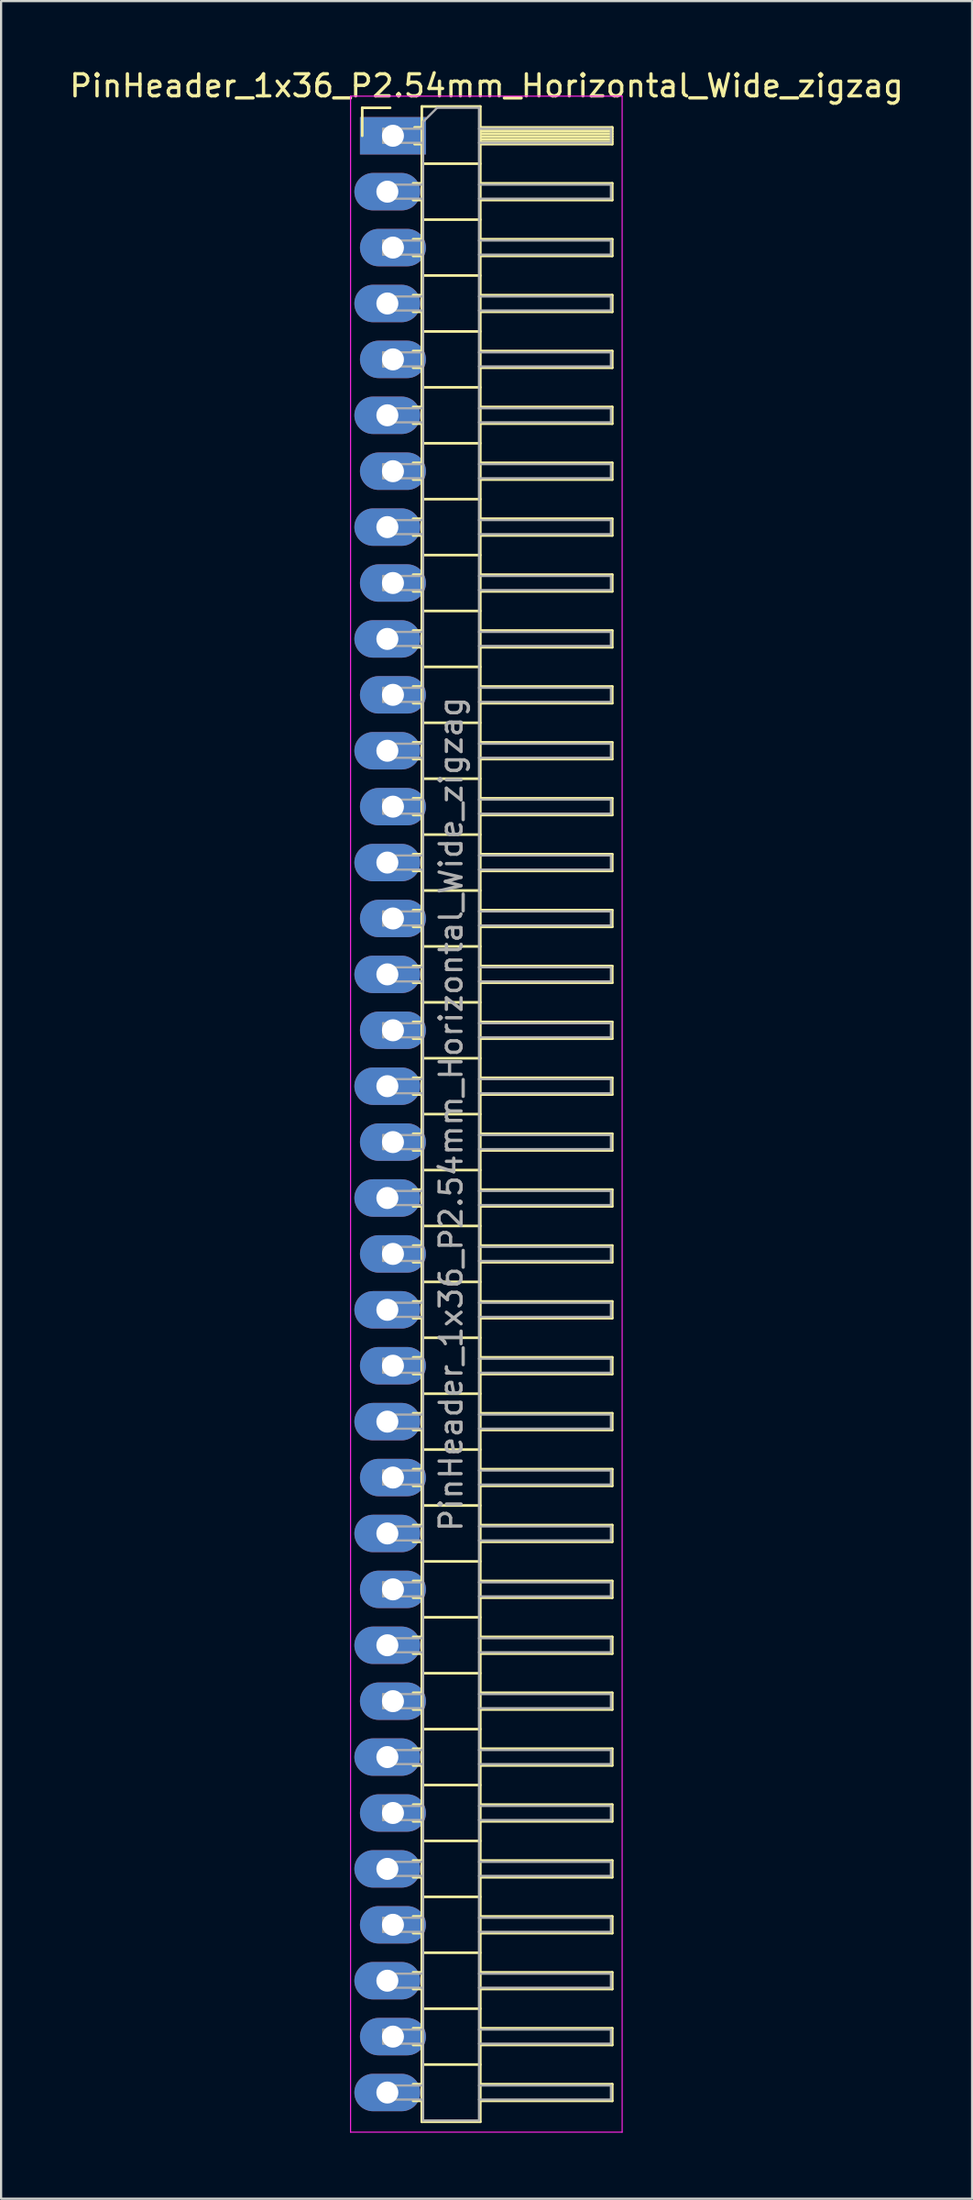
<source format=kicad_pcb>
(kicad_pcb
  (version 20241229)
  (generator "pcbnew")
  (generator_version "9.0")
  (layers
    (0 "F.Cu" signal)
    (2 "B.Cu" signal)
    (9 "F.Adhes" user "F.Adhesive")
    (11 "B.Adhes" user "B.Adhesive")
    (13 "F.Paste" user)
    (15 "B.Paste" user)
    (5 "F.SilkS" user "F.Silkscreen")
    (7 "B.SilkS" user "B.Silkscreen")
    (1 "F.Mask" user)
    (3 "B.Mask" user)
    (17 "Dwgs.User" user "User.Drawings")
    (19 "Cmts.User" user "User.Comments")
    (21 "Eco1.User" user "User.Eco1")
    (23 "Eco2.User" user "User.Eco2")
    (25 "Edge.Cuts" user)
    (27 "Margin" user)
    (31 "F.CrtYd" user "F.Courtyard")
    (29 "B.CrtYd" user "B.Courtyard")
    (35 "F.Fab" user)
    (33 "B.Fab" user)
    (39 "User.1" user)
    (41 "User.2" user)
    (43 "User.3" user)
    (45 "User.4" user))
  (footprint "PinHeader_1x36_P2.54mm_Horizontal_Wide_zigzag"
    (layer "F.Cu")
    (at 14.692 3.118)
    (property "Reference" "PinHeader_1x36_P2.54mm_Horizontal_Wide_zigzag" (at 4.385 -2.27 0) (layer "F.SilkS") (effects (font (size 1 1) (thickness 0.15))))
    (attr through_hole)
    (fp_line (start -1.27 -1.27) (end 0 -1.27) (stroke (width 0.12) (type solid)) (layer "F.SilkS"))
    (fp_line (start -1.27 0) (end -1.27 -1.27) (stroke (width 0.12) (type solid)) (layer "F.SilkS"))
    (fp_line (start 1.043 2.16) (end 1.44 2.16) (stroke (width 0.12) (type solid)) (layer "F.SilkS"))
    (fp_line (start 1.043 2.92) (end 1.44 2.92) (stroke (width 0.12) (type solid)) (layer "F.SilkS"))
    (fp_line (start 1.043 4.7) (end 1.44 4.7) (stroke (width 0.12) (type solid)) (layer "F.SilkS"))
    (fp_line (start 1.043 5.46) (end 1.44 5.46) (stroke (width 0.12) (type solid)) (layer "F.SilkS"))
    (fp_line (start 1.043 7.24) (end 1.44 7.24) (stroke (width 0.12) (type solid)) (layer "F.SilkS"))
    (fp_line (start 1.043 8) (end 1.44 8) (stroke (width 0.12) (type solid)) (layer "F.SilkS"))
    (fp_line (start 1.043 9.78) (end 1.44 9.78) (stroke (width 0.12) (type solid)) (layer "F.SilkS"))
    (fp_line (start 1.043 10.54) (end 1.44 10.54) (stroke (width 0.12) (type solid)) (layer "F.SilkS"))
    (fp_line (start 1.043 12.32) (end 1.44 12.32) (stroke (width 0.12) (type solid)) (layer "F.SilkS"))
    (fp_line (start 1.043 13.08) (end 1.44 13.08) (stroke (width 0.12) (type solid)) (layer "F.SilkS"))
    (fp_line (start 1.043 14.86) (end 1.44 14.86) (stroke (width 0.12) (type solid)) (layer "F.SilkS"))
    (fp_line (start 1.043 15.62) (end 1.44 15.62) (stroke (width 0.12) (type solid)) (layer "F.SilkS"))
    (fp_line (start 1.043 17.4) (end 1.44 17.4) (stroke (width 0.12) (type solid)) (layer "F.SilkS"))
    (fp_line (start 1.043 18.16) (end 1.44 18.16) (stroke (width 0.12) (type solid)) (layer "F.SilkS"))
    (fp_line (start 1.043 19.94) (end 1.44 19.94) (stroke (width 0.12) (type solid)) (layer "F.SilkS"))
    (fp_line (start 1.043 20.7) (end 1.44 20.7) (stroke (width 0.12) (type solid)) (layer "F.SilkS"))
    (fp_line (start 1.043 22.48) (end 1.44 22.48) (stroke (width 0.12) (type solid)) (layer "F.SilkS"))
    (fp_line (start 1.043 23.24) (end 1.44 23.24) (stroke (width 0.12) (type solid)) (layer "F.SilkS"))
    (fp_line (start 1.043 25.02) (end 1.44 25.02) (stroke (width 0.12) (type solid)) (layer "F.SilkS"))
    (fp_line (start 1.043 25.78) (end 1.44 25.78) (stroke (width 0.12) (type solid)) (layer "F.SilkS"))
    (fp_line (start 1.043 27.56) (end 1.44 27.56) (stroke (width 0.12) (type solid)) (layer "F.SilkS"))
    (fp_line (start 1.043 28.32) (end 1.44 28.32) (stroke (width 0.12) (type solid)) (layer "F.SilkS"))
    (fp_line (start 1.043 30.1) (end 1.44 30.1) (stroke (width 0.12) (type solid)) (layer "F.SilkS"))
    (fp_line (start 1.043 30.86) (end 1.44 30.86) (stroke (width 0.12) (type solid)) (layer "F.SilkS"))
    (fp_line (start 1.043 32.64) (end 1.44 32.64) (stroke (width 0.12) (type solid)) (layer "F.SilkS"))
    (fp_line (start 1.043 33.4) (end 1.44 33.4) (stroke (width 0.12) (type solid)) (layer "F.SilkS"))
    (fp_line (start 1.043 35.18) (end 1.44 35.18) (stroke (width 0.12) (type solid)) (layer "F.SilkS"))
    (fp_line (start 1.043 35.94) (end 1.44 35.94) (stroke (width 0.12) (type solid)) (layer "F.SilkS"))
    (fp_line (start 1.043 37.72) (end 1.44 37.72) (stroke (width 0.12) (type solid)) (layer "F.SilkS"))
    (fp_line (start 1.043 38.48) (end 1.44 38.48) (stroke (width 0.12) (type solid)) (layer "F.SilkS"))
    (fp_line (start 1.043 40.26) (end 1.44 40.26) (stroke (width 0.12) (type solid)) (layer "F.SilkS"))
    (fp_line (start 1.043 41.02) (end 1.44 41.02) (stroke (width 0.12) (type solid)) (layer "F.SilkS"))
    (fp_line (start 1.043 42.8) (end 1.44 42.8) (stroke (width 0.12) (type solid)) (layer "F.SilkS"))
    (fp_line (start 1.043 43.56) (end 1.44 43.56) (stroke (width 0.12) (type solid)) (layer "F.SilkS"))
    (fp_line (start 1.043 45.34) (end 1.44 45.34) (stroke (width 0.12) (type solid)) (layer "F.SilkS"))
    (fp_line (start 1.043 46.1) (end 1.44 46.1) (stroke (width 0.12) (type solid)) (layer "F.SilkS"))
    (fp_line (start 1.043 47.88) (end 1.44 47.88) (stroke (width 0.12) (type solid)) (layer "F.SilkS"))
    (fp_line (start 1.043 48.64) (end 1.44 48.64) (stroke (width 0.12) (type solid)) (layer "F.SilkS"))
    (fp_line (start 1.043 50.42) (end 1.44 50.42) (stroke (width 0.12) (type solid)) (layer "F.SilkS"))
    (fp_line (start 1.043 51.18) (end 1.44 51.18) (stroke (width 0.12) (type solid)) (layer "F.SilkS"))
    (fp_line (start 1.043 52.96) (end 1.44 52.96) (stroke (width 0.12) (type solid)) (layer "F.SilkS"))
    (fp_line (start 1.043 53.72) (end 1.44 53.72) (stroke (width 0.12) (type solid)) (layer "F.SilkS"))
    (fp_line (start 1.043 55.5) (end 1.44 55.5) (stroke (width 0.12) (type solid)) (layer "F.SilkS"))
    (fp_line (start 1.043 56.26) (end 1.44 56.26) (stroke (width 0.12) (type solid)) (layer "F.SilkS"))
    (fp_line (start 1.043 58.04) (end 1.44 58.04) (stroke (width 0.12) (type solid)) (layer "F.SilkS"))
    (fp_line (start 1.043 58.8) (end 1.44 58.8) (stroke (width 0.12) (type solid)) (layer "F.SilkS"))
    (fp_line (start 1.043 60.58) (end 1.44 60.58) (stroke (width 0.12) (type solid)) (layer "F.SilkS"))
    (fp_line (start 1.043 61.34) (end 1.44 61.34) (stroke (width 0.12) (type solid)) (layer "F.SilkS"))
    (fp_line (start 1.043 63.12) (end 1.44 63.12) (stroke (width 0.12) (type solid)) (layer "F.SilkS"))
    (fp_line (start 1.043 63.88) (end 1.44 63.88) (stroke (width 0.12) (type solid)) (layer "F.SilkS"))
    (fp_line (start 1.043 65.66) (end 1.44 65.66) (stroke (width 0.12) (type solid)) (layer "F.SilkS"))
    (fp_line (start 1.043 66.42) (end 1.44 66.42) (stroke (width 0.12) (type solid)) (layer "F.SilkS"))
    (fp_line (start 1.043 68.2) (end 1.44 68.2) (stroke (width 0.12) (type solid)) (layer "F.SilkS"))
    (fp_line (start 1.043 68.96) (end 1.44 68.96) (stroke (width 0.12) (type solid)) (layer "F.SilkS"))
    (fp_line (start 1.043 70.74) (end 1.44 70.74) (stroke (width 0.12) (type solid)) (layer "F.SilkS"))
    (fp_line (start 1.043 71.5) (end 1.44 71.5) (stroke (width 0.12) (type solid)) (layer "F.SilkS"))
    (fp_line (start 1.043 73.28) (end 1.44 73.28) (stroke (width 0.12) (type solid)) (layer "F.SilkS"))
    (fp_line (start 1.043 74.04) (end 1.44 74.04) (stroke (width 0.12) (type solid)) (layer "F.SilkS"))
    (fp_line (start 1.043 75.82) (end 1.44 75.82) (stroke (width 0.12) (type solid)) (layer "F.SilkS"))
    (fp_line (start 1.043 76.58) (end 1.44 76.58) (stroke (width 0.12) (type solid)) (layer "F.SilkS"))
    (fp_line (start 1.043 78.36) (end 1.44 78.36) (stroke (width 0.12) (type solid)) (layer "F.SilkS"))
    (fp_line (start 1.043 79.12) (end 1.44 79.12) (stroke (width 0.12) (type solid)) (layer "F.SilkS"))
    (fp_line (start 1.043 80.9) (end 1.44 80.9) (stroke (width 0.12) (type solid)) (layer "F.SilkS"))
    (fp_line (start 1.043 81.66) (end 1.44 81.66) (stroke (width 0.12) (type solid)) (layer "F.SilkS"))
    (fp_line (start 1.043 83.44) (end 1.44 83.44) (stroke (width 0.12) (type solid)) (layer "F.SilkS"))
    (fp_line (start 1.043 84.2) (end 1.44 84.2) (stroke (width 0.12) (type solid)) (layer "F.SilkS"))
    (fp_line (start 1.043 85.98) (end 1.44 85.98) (stroke (width 0.12) (type solid)) (layer "F.SilkS"))
    (fp_line (start 1.043 86.74) (end 1.44 86.74) (stroke (width 0.12) (type solid)) (layer "F.SilkS"))
    (fp_line (start 1.043 88.52) (end 1.44 88.52) (stroke (width 0.12) (type solid)) (layer "F.SilkS"))
    (fp_line (start 1.043 89.28) (end 1.44 89.28) (stroke (width 0.12) (type solid)) (layer "F.SilkS"))
    (fp_line (start 1.11 -0.38) (end 1.44 -0.38) (stroke (width 0.12) (type solid)) (layer "F.SilkS"))
    (fp_line (start 1.11 0.38) (end 1.44 0.38) (stroke (width 0.12) (type solid)) (layer "F.SilkS"))
    (fp_line (start 1.44 -1.33) (end 1.44 90.23) (stroke (width 0.12) (type solid)) (layer "F.SilkS"))
    (fp_line (start 1.44 1.27) (end 4.1 1.27) (stroke (width 0.12) (type solid)) (layer "F.SilkS"))
    (fp_line (start 1.44 3.81) (end 4.1 3.81) (stroke (width 0.12) (type solid)) (layer "F.SilkS"))
    (fp_line (start 1.44 6.35) (end 4.1 6.35) (stroke (width 0.12) (type solid)) (layer "F.SilkS"))
    (fp_line (start 1.44 8.89) (end 4.1 8.89) (stroke (width 0.12) (type solid)) (layer "F.SilkS"))
    (fp_line (start 1.44 11.43) (end 4.1 11.43) (stroke (width 0.12) (type solid)) (layer "F.SilkS"))
    (fp_line (start 1.44 13.97) (end 4.1 13.97) (stroke (width 0.12) (type solid)) (layer "F.SilkS"))
    (fp_line (start 1.44 16.51) (end 4.1 16.51) (stroke (width 0.12) (type solid)) (layer "F.SilkS"))
    (fp_line (start 1.44 19.05) (end 4.1 19.05) (stroke (width 0.12) (type solid)) (layer "F.SilkS"))
    (fp_line (start 1.44 21.59) (end 4.1 21.59) (stroke (width 0.12) (type solid)) (layer "F.SilkS"))
    (fp_line (start 1.44 24.13) (end 4.1 24.13) (stroke (width 0.12) (type solid)) (layer "F.SilkS"))
    (fp_line (start 1.44 26.67) (end 4.1 26.67) (stroke (width 0.12) (type solid)) (layer "F.SilkS"))
    (fp_line (start 1.44 29.21) (end 4.1 29.21) (stroke (width 0.12) (type solid)) (layer "F.SilkS"))
    (fp_line (start 1.44 31.75) (end 4.1 31.75) (stroke (width 0.12) (type solid)) (layer "F.SilkS"))
    (fp_line (start 1.44 34.29) (end 4.1 34.29) (stroke (width 0.12) (type solid)) (layer "F.SilkS"))
    (fp_line (start 1.44 36.83) (end 4.1 36.83) (stroke (width 0.12) (type solid)) (layer "F.SilkS"))
    (fp_line (start 1.44 39.37) (end 4.1 39.37) (stroke (width 0.12) (type solid)) (layer "F.SilkS"))
    (fp_line (start 1.44 41.91) (end 4.1 41.91) (stroke (width 0.12) (type solid)) (layer "F.SilkS"))
    (fp_line (start 1.44 44.45) (end 4.1 44.45) (stroke (width 0.12) (type solid)) (layer "F.SilkS"))
    (fp_line (start 1.44 46.99) (end 4.1 46.99) (stroke (width 0.12) (type solid)) (layer "F.SilkS"))
    (fp_line (start 1.44 49.53) (end 4.1 49.53) (stroke (width 0.12) (type solid)) (layer "F.SilkS"))
    (fp_line (start 1.44 52.07) (end 4.1 52.07) (stroke (width 0.12) (type solid)) (layer "F.SilkS"))
    (fp_line (start 1.44 54.61) (end 4.1 54.61) (stroke (width 0.12) (type solid)) (layer "F.SilkS"))
    (fp_line (start 1.44 57.15) (end 4.1 57.15) (stroke (width 0.12) (type solid)) (layer "F.SilkS"))
    (fp_line (start 1.44 59.69) (end 4.1 59.69) (stroke (width 0.12) (type solid)) (layer "F.SilkS"))
    (fp_line (start 1.44 62.23) (end 4.1 62.23) (stroke (width 0.12) (type solid)) (layer "F.SilkS"))
    (fp_line (start 1.44 64.77) (end 4.1 64.77) (stroke (width 0.12) (type solid)) (layer "F.SilkS"))
    (fp_line (start 1.44 67.31) (end 4.1 67.31) (stroke (width 0.12) (type solid)) (layer "F.SilkS"))
    (fp_line (start 1.44 69.85) (end 4.1 69.85) (stroke (width 0.12) (type solid)) (layer "F.SilkS"))
    (fp_line (start 1.44 72.39) (end 4.1 72.39) (stroke (width 0.12) (type solid)) (layer "F.SilkS"))
    (fp_line (start 1.44 74.93) (end 4.1 74.93) (stroke (width 0.12) (type solid)) (layer "F.SilkS"))
    (fp_line (start 1.44 77.47) (end 4.1 77.47) (stroke (width 0.12) (type solid)) (layer "F.SilkS"))
    (fp_line (start 1.44 80.01) (end 4.1 80.01) (stroke (width 0.12) (type solid)) (layer "F.SilkS"))
    (fp_line (start 1.44 82.55) (end 4.1 82.55) (stroke (width 0.12) (type solid)) (layer "F.SilkS"))
    (fp_line (start 1.44 85.09) (end 4.1 85.09) (stroke (width 0.12) (type solid)) (layer "F.SilkS"))
    (fp_line (start 1.44 87.63) (end 4.1 87.63) (stroke (width 0.12) (type solid)) (layer "F.SilkS"))
    (fp_line (start 1.44 90.23) (end 4.1 90.23) (stroke (width 0.12) (type solid)) (layer "F.SilkS"))
    (fp_line (start 4.1 -1.33) (end 1.44 -1.33) (stroke (width 0.12) (type solid)) (layer "F.SilkS"))
    (fp_line (start 4.1 -0.38) (end 10.1 -0.38) (stroke (width 0.12) (type solid)) (layer "F.SilkS"))
    (fp_line (start 4.1 -0.32) (end 10.1 -0.32) (stroke (width 0.12) (type solid)) (layer "F.SilkS"))
    (fp_line (start 4.1 -0.2) (end 10.1 -0.2) (stroke (width 0.12) (type solid)) (layer "F.SilkS"))
    (fp_line (start 4.1 -0.08) (end 10.1 -0.08) (stroke (width 0.12) (type solid)) (layer "F.SilkS"))
    (fp_line (start 4.1 0.04) (end 10.1 0.04) (stroke (width 0.12) (type solid)) (layer "F.SilkS"))
    (fp_line (start 4.1 0.16) (end 10.1 0.16) (stroke (width 0.12) (type solid)) (layer "F.SilkS"))
    (fp_line (start 4.1 0.28) (end 10.1 0.28) (stroke (width 0.12) (type solid)) (layer "F.SilkS"))
    (fp_line (start 4.1 2.16) (end 10.1 2.16) (stroke (width 0.12) (type solid)) (layer "F.SilkS"))
    (fp_line (start 4.1 4.7) (end 10.1 4.7) (stroke (width 0.12) (type solid)) (layer "F.SilkS"))
    (fp_line (start 4.1 7.24) (end 10.1 7.24) (stroke (width 0.12) (type solid)) (layer "F.SilkS"))
    (fp_line (start 4.1 9.78) (end 10.1 9.78) (stroke (width 0.12) (type solid)) (layer "F.SilkS"))
    (fp_line (start 4.1 12.32) (end 10.1 12.32) (stroke (width 0.12) (type solid)) (layer "F.SilkS"))
    (fp_line (start 4.1 14.86) (end 10.1 14.86) (stroke (width 0.12) (type solid)) (layer "F.SilkS"))
    (fp_line (start 4.1 17.4) (end 10.1 17.4) (stroke (width 0.12) (type solid)) (layer "F.SilkS"))
    (fp_line (start 4.1 19.94) (end 10.1 19.94) (stroke (width 0.12) (type solid)) (layer "F.SilkS"))
    (fp_line (start 4.1 22.48) (end 10.1 22.48) (stroke (width 0.12) (type solid)) (layer "F.SilkS"))
    (fp_line (start 4.1 25.02) (end 10.1 25.02) (stroke (width 0.12) (type solid)) (layer "F.SilkS"))
    (fp_line (start 4.1 27.56) (end 10.1 27.56) (stroke (width 0.12) (type solid)) (layer "F.SilkS"))
    (fp_line (start 4.1 30.1) (end 10.1 30.1) (stroke (width 0.12) (type solid)) (layer "F.SilkS"))
    (fp_line (start 4.1 32.64) (end 10.1 32.64) (stroke (width 0.12) (type solid)) (layer "F.SilkS"))
    (fp_line (start 4.1 35.18) (end 10.1 35.18) (stroke (width 0.12) (type solid)) (layer "F.SilkS"))
    (fp_line (start 4.1 37.72) (end 10.1 37.72) (stroke (width 0.12) (type solid)) (layer "F.SilkS"))
    (fp_line (start 4.1 40.26) (end 10.1 40.26) (stroke (width 0.12) (type solid)) (layer "F.SilkS"))
    (fp_line (start 4.1 42.8) (end 10.1 42.8) (stroke (width 0.12) (type solid)) (layer "F.SilkS"))
    (fp_line (start 4.1 45.34) (end 10.1 45.34) (stroke (width 0.12) (type solid)) (layer "F.SilkS"))
    (fp_line (start 4.1 47.88) (end 10.1 47.88) (stroke (width 0.12) (type solid)) (layer "F.SilkS"))
    (fp_line (start 4.1 50.42) (end 10.1 50.42) (stroke (width 0.12) (type solid)) (layer "F.SilkS"))
    (fp_line (start 4.1 52.96) (end 10.1 52.96) (stroke (width 0.12) (type solid)) (layer "F.SilkS"))
    (fp_line (start 4.1 55.5) (end 10.1 55.5) (stroke (width 0.12) (type solid)) (layer "F.SilkS"))
    (fp_line (start 4.1 58.04) (end 10.1 58.04) (stroke (width 0.12) (type solid)) (layer "F.SilkS"))
    (fp_line (start 4.1 60.58) (end 10.1 60.58) (stroke (width 0.12) (type solid)) (layer "F.SilkS"))
    (fp_line (start 4.1 63.12) (end 10.1 63.12) (stroke (width 0.12) (type solid)) (layer "F.SilkS"))
    (fp_line (start 4.1 65.66) (end 10.1 65.66) (stroke (width 0.12) (type solid)) (layer "F.SilkS"))
    (fp_line (start 4.1 68.2) (end 10.1 68.2) (stroke (width 0.12) (type solid)) (layer "F.SilkS"))
    (fp_line (start 4.1 70.74) (end 10.1 70.74) (stroke (width 0.12) (type solid)) (layer "F.SilkS"))
    (fp_line (start 4.1 73.28) (end 10.1 73.28) (stroke (width 0.12) (type solid)) (layer "F.SilkS"))
    (fp_line (start 4.1 75.82) (end 10.1 75.82) (stroke (width 0.12) (type solid)) (layer "F.SilkS"))
    (fp_line (start 4.1 78.36) (end 10.1 78.36) (stroke (width 0.12) (type solid)) (layer "F.SilkS"))
    (fp_line (start 4.1 80.9) (end 10.1 80.9) (stroke (width 0.12) (type solid)) (layer "F.SilkS"))
    (fp_line (start 4.1 83.44) (end 10.1 83.44) (stroke (width 0.12) (type solid)) (layer "F.SilkS"))
    (fp_line (start 4.1 85.98) (end 10.1 85.98) (stroke (width 0.12) (type solid)) (layer "F.SilkS"))
    (fp_line (start 4.1 88.52) (end 10.1 88.52) (stroke (width 0.12) (type solid)) (layer "F.SilkS"))
    (fp_line (start 4.1 90.23) (end 4.1 -1.33) (stroke (width 0.12) (type solid)) (layer "F.SilkS"))
    (fp_line (start 10.1 -0.38) (end 10.1 0.38) (stroke (width 0.12) (type solid)) (layer "F.SilkS"))
    (fp_line (start 10.1 0.38) (end 4.1 0.38) (stroke (width 0.12) (type solid)) (layer "F.SilkS"))
    (fp_line (start 10.1 2.16) (end 10.1 2.92) (stroke (width 0.12) (type solid)) (layer "F.SilkS"))
    (fp_line (start 10.1 2.92) (end 4.1 2.92) (stroke (width 0.12) (type solid)) (layer "F.SilkS"))
    (fp_line (start 10.1 4.7) (end 10.1 5.46) (stroke (width 0.12) (type solid)) (layer "F.SilkS"))
    (fp_line (start 10.1 5.46) (end 4.1 5.46) (stroke (width 0.12) (type solid)) (layer "F.SilkS"))
    (fp_line (start 10.1 7.24) (end 10.1 8) (stroke (width 0.12) (type solid)) (layer "F.SilkS"))
    (fp_line (start 10.1 8) (end 4.1 8) (stroke (width 0.12) (type solid)) (layer "F.SilkS"))
    (fp_line (start 10.1 9.78) (end 10.1 10.54) (stroke (width 0.12) (type solid)) (layer "F.SilkS"))
    (fp_line (start 10.1 10.54) (end 4.1 10.54) (stroke (width 0.12) (type solid)) (layer "F.SilkS"))
    (fp_line (start 10.1 12.32) (end 10.1 13.08) (stroke (width 0.12) (type solid)) (layer "F.SilkS"))
    (fp_line (start 10.1 13.08) (end 4.1 13.08) (stroke (width 0.12) (type solid)) (layer "F.SilkS"))
    (fp_line (start 10.1 14.86) (end 10.1 15.62) (stroke (width 0.12) (type solid)) (layer "F.SilkS"))
    (fp_line (start 10.1 15.62) (end 4.1 15.62) (stroke (width 0.12) (type solid)) (layer "F.SilkS"))
    (fp_line (start 10.1 17.4) (end 10.1 18.16) (stroke (width 0.12) (type solid)) (layer "F.SilkS"))
    (fp_line (start 10.1 18.16) (end 4.1 18.16) (stroke (width 0.12) (type solid)) (layer "F.SilkS"))
    (fp_line (start 10.1 19.94) (end 10.1 20.7) (stroke (width 0.12) (type solid)) (layer "F.SilkS"))
    (fp_line (start 10.1 20.7) (end 4.1 20.7) (stroke (width 0.12) (type solid)) (layer "F.SilkS"))
    (fp_line (start 10.1 22.48) (end 10.1 23.24) (stroke (width 0.12) (type solid)) (layer "F.SilkS"))
    (fp_line (start 10.1 23.24) (end 4.1 23.24) (stroke (width 0.12) (type solid)) (layer "F.SilkS"))
    (fp_line (start 10.1 25.02) (end 10.1 25.78) (stroke (width 0.12) (type solid)) (layer "F.SilkS"))
    (fp_line (start 10.1 25.78) (end 4.1 25.78) (stroke (width 0.12) (type solid)) (layer "F.SilkS"))
    (fp_line (start 10.1 27.56) (end 10.1 28.32) (stroke (width 0.12) (type solid)) (layer "F.SilkS"))
    (fp_line (start 10.1 28.32) (end 4.1 28.32) (stroke (width 0.12) (type solid)) (layer "F.SilkS"))
    (fp_line (start 10.1 30.1) (end 10.1 30.86) (stroke (width 0.12) (type solid)) (layer "F.SilkS"))
    (fp_line (start 10.1 30.86) (end 4.1 30.86) (stroke (width 0.12) (type solid)) (layer "F.SilkS"))
    (fp_line (start 10.1 32.64) (end 10.1 33.4) (stroke (width 0.12) (type solid)) (layer "F.SilkS"))
    (fp_line (start 10.1 33.4) (end 4.1 33.4) (stroke (width 0.12) (type solid)) (layer "F.SilkS"))
    (fp_line (start 10.1 35.18) (end 10.1 35.94) (stroke (width 0.12) (type solid)) (layer "F.SilkS"))
    (fp_line (start 10.1 35.94) (end 4.1 35.94) (stroke (width 0.12) (type solid)) (layer "F.SilkS"))
    (fp_line (start 10.1 37.72) (end 10.1 38.48) (stroke (width 0.12) (type solid)) (layer "F.SilkS"))
    (fp_line (start 10.1 38.48) (end 4.1 38.48) (stroke (width 0.12) (type solid)) (layer "F.SilkS"))
    (fp_line (start 10.1 40.26) (end 10.1 41.02) (stroke (width 0.12) (type solid)) (layer "F.SilkS"))
    (fp_line (start 10.1 41.02) (end 4.1 41.02) (stroke (width 0.12) (type solid)) (layer "F.SilkS"))
    (fp_line (start 10.1 42.8) (end 10.1 43.56) (stroke (width 0.12) (type solid)) (layer "F.SilkS"))
    (fp_line (start 10.1 43.56) (end 4.1 43.56) (stroke (width 0.12) (type solid)) (layer "F.SilkS"))
    (fp_line (start 10.1 45.34) (end 10.1 46.1) (stroke (width 0.12) (type solid)) (layer "F.SilkS"))
    (fp_line (start 10.1 46.1) (end 4.1 46.1) (stroke (width 0.12) (type solid)) (layer "F.SilkS"))
    (fp_line (start 10.1 47.88) (end 10.1 48.64) (stroke (width 0.12) (type solid)) (layer "F.SilkS"))
    (fp_line (start 10.1 48.64) (end 4.1 48.64) (stroke (width 0.12) (type solid)) (layer "F.SilkS"))
    (fp_line (start 10.1 50.42) (end 10.1 51.18) (stroke (width 0.12) (type solid)) (layer "F.SilkS"))
    (fp_line (start 10.1 51.18) (end 4.1 51.18) (stroke (width 0.12) (type solid)) (layer "F.SilkS"))
    (fp_line (start 10.1 52.96) (end 10.1 53.72) (stroke (width 0.12) (type solid)) (layer "F.SilkS"))
    (fp_line (start 10.1 53.72) (end 4.1 53.72) (stroke (width 0.12) (type solid)) (layer "F.SilkS"))
    (fp_line (start 10.1 55.5) (end 10.1 56.26) (stroke (width 0.12) (type solid)) (layer "F.SilkS"))
    (fp_line (start 10.1 56.26) (end 4.1 56.26) (stroke (width 0.12) (type solid)) (layer "F.SilkS"))
    (fp_line (start 10.1 58.04) (end 10.1 58.8) (stroke (width 0.12) (type solid)) (layer "F.SilkS"))
    (fp_line (start 10.1 58.8) (end 4.1 58.8) (stroke (width 0.12) (type solid)) (layer "F.SilkS"))
    (fp_line (start 10.1 60.58) (end 10.1 61.34) (stroke (width 0.12) (type solid)) (layer "F.SilkS"))
    (fp_line (start 10.1 61.34) (end 4.1 61.34) (stroke (width 0.12) (type solid)) (layer "F.SilkS"))
    (fp_line (start 10.1 63.12) (end 10.1 63.88) (stroke (width 0.12) (type solid)) (layer "F.SilkS"))
    (fp_line (start 10.1 63.88) (end 4.1 63.88) (stroke (width 0.12) (type solid)) (layer "F.SilkS"))
    (fp_line (start 10.1 65.66) (end 10.1 66.42) (stroke (width 0.12) (type solid)) (layer "F.SilkS"))
    (fp_line (start 10.1 66.42) (end 4.1 66.42) (stroke (width 0.12) (type solid)) (layer "F.SilkS"))
    (fp_line (start 10.1 68.2) (end 10.1 68.96) (stroke (width 0.12) (type solid)) (layer "F.SilkS"))
    (fp_line (start 10.1 68.96) (end 4.1 68.96) (stroke (width 0.12) (type solid)) (layer "F.SilkS"))
    (fp_line (start 10.1 70.74) (end 10.1 71.5) (stroke (width 0.12) (type solid)) (layer "F.SilkS"))
    (fp_line (start 10.1 71.5) (end 4.1 71.5) (stroke (width 0.12) (type solid)) (layer "F.SilkS"))
    (fp_line (start 10.1 73.28) (end 10.1 74.04) (stroke (width 0.12) (type solid)) (layer "F.SilkS"))
    (fp_line (start 10.1 74.04) (end 4.1 74.04) (stroke (width 0.12) (type solid)) (layer "F.SilkS"))
    (fp_line (start 10.1 75.82) (end 10.1 76.58) (stroke (width 0.12) (type solid)) (layer "F.SilkS"))
    (fp_line (start 10.1 76.58) (end 4.1 76.58) (stroke (width 0.12) (type solid)) (layer "F.SilkS"))
    (fp_line (start 10.1 78.36) (end 10.1 79.12) (stroke (width 0.12) (type solid)) (layer "F.SilkS"))
    (fp_line (start 10.1 79.12) (end 4.1 79.12) (stroke (width 0.12) (type solid)) (layer "F.SilkS"))
    (fp_line (start 10.1 80.9) (end 10.1 81.66) (stroke (width 0.12) (type solid)) (layer "F.SilkS"))
    (fp_line (start 10.1 81.66) (end 4.1 81.66) (stroke (width 0.12) (type solid)) (layer "F.SilkS"))
    (fp_line (start 10.1 83.44) (end 10.1 84.2) (stroke (width 0.12) (type solid)) (layer "F.SilkS"))
    (fp_line (start 10.1 84.2) (end 4.1 84.2) (stroke (width 0.12) (type solid)) (layer "F.SilkS"))
    (fp_line (start 10.1 85.98) (end 10.1 86.74) (stroke (width 0.12) (type solid)) (layer "F.SilkS"))
    (fp_line (start 10.1 86.74) (end 4.1 86.74) (stroke (width 0.12) (type solid)) (layer "F.SilkS"))
    (fp_line (start 10.1 88.52) (end 10.1 89.28) (stroke (width 0.12) (type solid)) (layer "F.SilkS"))
    (fp_line (start 10.1 89.28) (end 4.1 89.28) (stroke (width 0.12) (type solid)) (layer "F.SilkS"))
    (fp_line (start -1.8 -1.8) (end -1.8 90.7) (stroke (width 0.05) (type solid)) (layer "F.CrtYd"))
    (fp_line (start -1.8 90.7) (end 10.55 90.7) (stroke (width 0.05) (type solid)) (layer "F.CrtYd"))
    (fp_line (start 10.55 -1.8) (end -1.8 -1.8) (stroke (width 0.05) (type solid)) (layer "F.CrtYd"))
    (fp_line (start 10.55 90.7) (end 10.55 -1.8) (stroke (width 0.05) (type solid)) (layer "F.CrtYd"))
    (fp_line (start -0.32 -0.32) (end -0.32 0.32) (stroke (width 0.1) (type solid)) (layer "F.Fab"))
    (fp_line (start -0.32 -0.32) (end 1.5 -0.32) (stroke (width 0.1) (type solid)) (layer "F.Fab"))
    (fp_line (start -0.32 0.32) (end 1.5 0.32) (stroke (width 0.1) (type solid)) (layer "F.Fab"))
    (fp_line (start -0.32 2.22) (end -0.32 2.86) (stroke (width 0.1) (type solid)) (layer "F.Fab"))
    (fp_line (start -0.32 2.22) (end 1.5 2.22) (stroke (width 0.1) (type solid)) (layer "F.Fab"))
    (fp_line (start -0.32 2.86) (end 1.5 2.86) (stroke (width 0.1) (type solid)) (layer "F.Fab"))
    (fp_line (start -0.32 4.76) (end -0.32 5.4) (stroke (width 0.1) (type solid)) (layer "F.Fab"))
    (fp_line (start -0.32 4.76) (end 1.5 4.76) (stroke (width 0.1) (type solid)) (layer "F.Fab"))
    (fp_line (start -0.32 5.4) (end 1.5 5.4) (stroke (width 0.1) (type solid)) (layer "F.Fab"))
    (fp_line (start -0.32 7.3) (end -0.32 7.94) (stroke (width 0.1) (type solid)) (layer "F.Fab"))
    (fp_line (start -0.32 7.3) (end 1.5 7.3) (stroke (width 0.1) (type solid)) (layer "F.Fab"))
    (fp_line (start -0.32 7.94) (end 1.5 7.94) (stroke (width 0.1) (type solid)) (layer "F.Fab"))
    (fp_line (start -0.32 9.84) (end -0.32 10.48) (stroke (width 0.1) (type solid)) (layer "F.Fab"))
    (fp_line (start -0.32 9.84) (end 1.5 9.84) (stroke (width 0.1) (type solid)) (layer "F.Fab"))
    (fp_line (start -0.32 10.48) (end 1.5 10.48) (stroke (width 0.1) (type solid)) (layer "F.Fab"))
    (fp_line (start -0.32 12.38) (end -0.32 13.02) (stroke (width 0.1) (type solid)) (layer "F.Fab"))
    (fp_line (start -0.32 12.38) (end 1.5 12.38) (stroke (width 0.1) (type solid)) (layer "F.Fab"))
    (fp_line (start -0.32 13.02) (end 1.5 13.02) (stroke (width 0.1) (type solid)) (layer "F.Fab"))
    (fp_line (start -0.32 14.92) (end -0.32 15.56) (stroke (width 0.1) (type solid)) (layer "F.Fab"))
    (fp_line (start -0.32 14.92) (end 1.5 14.92) (stroke (width 0.1) (type solid)) (layer "F.Fab"))
    (fp_line (start -0.32 15.56) (end 1.5 15.56) (stroke (width 0.1) (type solid)) (layer "F.Fab"))
    (fp_line (start -0.32 17.46) (end -0.32 18.1) (stroke (width 0.1) (type solid)) (layer "F.Fab"))
    (fp_line (start -0.32 17.46) (end 1.5 17.46) (stroke (width 0.1) (type solid)) (layer "F.Fab"))
    (fp_line (start -0.32 18.1) (end 1.5 18.1) (stroke (width 0.1) (type solid)) (layer "F.Fab"))
    (fp_line (start -0.32 20) (end -0.32 20.64) (stroke (width 0.1) (type solid)) (layer "F.Fab"))
    (fp_line (start -0.32 20) (end 1.5 20) (stroke (width 0.1) (type solid)) (layer "F.Fab"))
    (fp_line (start -0.32 20.64) (end 1.5 20.64) (stroke (width 0.1) (type solid)) (layer "F.Fab"))
    (fp_line (start -0.32 22.54) (end -0.32 23.18) (stroke (width 0.1) (type solid)) (layer "F.Fab"))
    (fp_line (start -0.32 22.54) (end 1.5 22.54) (stroke (width 0.1) (type solid)) (layer "F.Fab"))
    (fp_line (start -0.32 23.18) (end 1.5 23.18) (stroke (width 0.1) (type solid)) (layer "F.Fab"))
    (fp_line (start -0.32 25.08) (end -0.32 25.72) (stroke (width 0.1) (type solid)) (layer "F.Fab"))
    (fp_line (start -0.32 25.08) (end 1.5 25.08) (stroke (width 0.1) (type solid)) (layer "F.Fab"))
    (fp_line (start -0.32 25.72) (end 1.5 25.72) (stroke (width 0.1) (type solid)) (layer "F.Fab"))
    (fp_line (start -0.32 27.62) (end -0.32 28.26) (stroke (width 0.1) (type solid)) (layer "F.Fab"))
    (fp_line (start -0.32 27.62) (end 1.5 27.62) (stroke (width 0.1) (type solid)) (layer "F.Fab"))
    (fp_line (start -0.32 28.26) (end 1.5 28.26) (stroke (width 0.1) (type solid)) (layer "F.Fab"))
    (fp_line (start -0.32 30.16) (end -0.32 30.8) (stroke (width 0.1) (type solid)) (layer "F.Fab"))
    (fp_line (start -0.32 30.16) (end 1.5 30.16) (stroke (width 0.1) (type solid)) (layer "F.Fab"))
    (fp_line (start -0.32 30.8) (end 1.5 30.8) (stroke (width 0.1) (type solid)) (layer "F.Fab"))
    (fp_line (start -0.32 32.7) (end -0.32 33.34) (stroke (width 0.1) (type solid)) (layer "F.Fab"))
    (fp_line (start -0.32 32.7) (end 1.5 32.7) (stroke (width 0.1) (type solid)) (layer "F.Fab"))
    (fp_line (start -0.32 33.34) (end 1.5 33.34) (stroke (width 0.1) (type solid)) (layer "F.Fab"))
    (fp_line (start -0.32 35.24) (end -0.32 35.88) (stroke (width 0.1) (type solid)) (layer "F.Fab"))
    (fp_line (start -0.32 35.24) (end 1.5 35.24) (stroke (width 0.1) (type solid)) (layer "F.Fab"))
    (fp_line (start -0.32 35.88) (end 1.5 35.88) (stroke (width 0.1) (type solid)) (layer "F.Fab"))
    (fp_line (start -0.32 37.78) (end -0.32 38.42) (stroke (width 0.1) (type solid)) (layer "F.Fab"))
    (fp_line (start -0.32 37.78) (end 1.5 37.78) (stroke (width 0.1) (type solid)) (layer "F.Fab"))
    (fp_line (start -0.32 38.42) (end 1.5 38.42) (stroke (width 0.1) (type solid)) (layer "F.Fab"))
    (fp_line (start -0.32 40.32) (end -0.32 40.96) (stroke (width 0.1) (type solid)) (layer "F.Fab"))
    (fp_line (start -0.32 40.32) (end 1.5 40.32) (stroke (width 0.1) (type solid)) (layer "F.Fab"))
    (fp_line (start -0.32 40.96) (end 1.5 40.96) (stroke (width 0.1) (type solid)) (layer "F.Fab"))
    (fp_line (start -0.32 42.86) (end -0.32 43.5) (stroke (width 0.1) (type solid)) (layer "F.Fab"))
    (fp_line (start -0.32 42.86) (end 1.5 42.86) (stroke (width 0.1) (type solid)) (layer "F.Fab"))
    (fp_line (start -0.32 43.5) (end 1.5 43.5) (stroke (width 0.1) (type solid)) (layer "F.Fab"))
    (fp_line (start -0.32 45.4) (end -0.32 46.04) (stroke (width 0.1) (type solid)) (layer "F.Fab"))
    (fp_line (start -0.32 45.4) (end 1.5 45.4) (stroke (width 0.1) (type solid)) (layer "F.Fab"))
    (fp_line (start -0.32 46.04) (end 1.5 46.04) (stroke (width 0.1) (type solid)) (layer "F.Fab"))
    (fp_line (start -0.32 47.94) (end -0.32 48.58) (stroke (width 0.1) (type solid)) (layer "F.Fab"))
    (fp_line (start -0.32 47.94) (end 1.5 47.94) (stroke (width 0.1) (type solid)) (layer "F.Fab"))
    (fp_line (start -0.32 48.58) (end 1.5 48.58) (stroke (width 0.1) (type solid)) (layer "F.Fab"))
    (fp_line (start -0.32 50.48) (end -0.32 51.12) (stroke (width 0.1) (type solid)) (layer "F.Fab"))
    (fp_line (start -0.32 50.48) (end 1.5 50.48) (stroke (width 0.1) (type solid)) (layer "F.Fab"))
    (fp_line (start -0.32 51.12) (end 1.5 51.12) (stroke (width 0.1) (type solid)) (layer "F.Fab"))
    (fp_line (start -0.32 53.02) (end -0.32 53.66) (stroke (width 0.1) (type solid)) (layer "F.Fab"))
    (fp_line (start -0.32 53.02) (end 1.5 53.02) (stroke (width 0.1) (type solid)) (layer "F.Fab"))
    (fp_line (start -0.32 53.66) (end 1.5 53.66) (stroke (width 0.1) (type solid)) (layer "F.Fab"))
    (fp_line (start -0.32 55.56) (end -0.32 56.2) (stroke (width 0.1) (type solid)) (layer "F.Fab"))
    (fp_line (start -0.32 55.56) (end 1.5 55.56) (stroke (width 0.1) (type solid)) (layer "F.Fab"))
    (fp_line (start -0.32 56.2) (end 1.5 56.2) (stroke (width 0.1) (type solid)) (layer "F.Fab"))
    (fp_line (start -0.32 58.1) (end -0.32 58.74) (stroke (width 0.1) (type solid)) (layer "F.Fab"))
    (fp_line (start -0.32 58.1) (end 1.5 58.1) (stroke (width 0.1) (type solid)) (layer "F.Fab"))
    (fp_line (start -0.32 58.74) (end 1.5 58.74) (stroke (width 0.1) (type solid)) (layer "F.Fab"))
    (fp_line (start -0.32 60.64) (end -0.32 61.28) (stroke (width 0.1) (type solid)) (layer "F.Fab"))
    (fp_line (start -0.32 60.64) (end 1.5 60.64) (stroke (width 0.1) (type solid)) (layer "F.Fab"))
    (fp_line (start -0.32 61.28) (end 1.5 61.28) (stroke (width 0.1) (type solid)) (layer "F.Fab"))
    (fp_line (start -0.32 63.18) (end -0.32 63.82) (stroke (width 0.1) (type solid)) (layer "F.Fab"))
    (fp_line (start -0.32 63.18) (end 1.5 63.18) (stroke (width 0.1) (type solid)) (layer "F.Fab"))
    (fp_line (start -0.32 63.82) (end 1.5 63.82) (stroke (width 0.1) (type solid)) (layer "F.Fab"))
    (fp_line (start -0.32 65.72) (end -0.32 66.36) (stroke (width 0.1) (type solid)) (layer "F.Fab"))
    (fp_line (start -0.32 65.72) (end 1.5 65.72) (stroke (width 0.1) (type solid)) (layer "F.Fab"))
    (fp_line (start -0.32 66.36) (end 1.5 66.36) (stroke (width 0.1) (type solid)) (layer "F.Fab"))
    (fp_line (start -0.32 68.26) (end -0.32 68.9) (stroke (width 0.1) (type solid)) (layer "F.Fab"))
    (fp_line (start -0.32 68.26) (end 1.5 68.26) (stroke (width 0.1) (type solid)) (layer "F.Fab"))
    (fp_line (start -0.32 68.9) (end 1.5 68.9) (stroke (width 0.1) (type solid)) (layer "F.Fab"))
    (fp_line (start -0.32 70.8) (end -0.32 71.44) (stroke (width 0.1) (type solid)) (layer "F.Fab"))
    (fp_line (start -0.32 70.8) (end 1.5 70.8) (stroke (width 0.1) (type solid)) (layer "F.Fab"))
    (fp_line (start -0.32 71.44) (end 1.5 71.44) (stroke (width 0.1) (type solid)) (layer "F.Fab"))
    (fp_line (start -0.32 73.34) (end -0.32 73.98) (stroke (width 0.1) (type solid)) (layer "F.Fab"))
    (fp_line (start -0.32 73.34) (end 1.5 73.34) (stroke (width 0.1) (type solid)) (layer "F.Fab"))
    (fp_line (start -0.32 73.98) (end 1.5 73.98) (stroke (width 0.1) (type solid)) (layer "F.Fab"))
    (fp_line (start -0.32 75.88) (end -0.32 76.52) (stroke (width 0.1) (type solid)) (layer "F.Fab"))
    (fp_line (start -0.32 75.88) (end 1.5 75.88) (stroke (width 0.1) (type solid)) (layer "F.Fab"))
    (fp_line (start -0.32 76.52) (end 1.5 76.52) (stroke (width 0.1) (type solid)) (layer "F.Fab"))
    (fp_line (start -0.32 78.42) (end -0.32 79.06) (stroke (width 0.1) (type solid)) (layer "F.Fab"))
    (fp_line (start -0.32 78.42) (end 1.5 78.42) (stroke (width 0.1) (type solid)) (layer "F.Fab"))
    (fp_line (start -0.32 79.06) (end 1.5 79.06) (stroke (width 0.1) (type solid)) (layer "F.Fab"))
    (fp_line (start -0.32 80.96) (end -0.32 81.6) (stroke (width 0.1) (type solid)) (layer "F.Fab"))
    (fp_line (start -0.32 80.96) (end 1.5 80.96) (stroke (width 0.1) (type solid)) (layer "F.Fab"))
    (fp_line (start -0.32 81.6) (end 1.5 81.6) (stroke (width 0.1) (type solid)) (layer "F.Fab"))
    (fp_line (start -0.32 83.5) (end -0.32 84.14) (stroke (width 0.1) (type solid)) (layer "F.Fab"))
    (fp_line (start -0.32 83.5) (end 1.5 83.5) (stroke (width 0.1) (type solid)) (layer "F.Fab"))
    (fp_line (start -0.32 84.14) (end 1.5 84.14) (stroke (width 0.1) (type solid)) (layer "F.Fab"))
    (fp_line (start -0.32 86.04) (end -0.32 86.68) (stroke (width 0.1) (type solid)) (layer "F.Fab"))
    (fp_line (start -0.32 86.04) (end 1.5 86.04) (stroke (width 0.1) (type solid)) (layer "F.Fab"))
    (fp_line (start -0.32 86.68) (end 1.5 86.68) (stroke (width 0.1) (type solid)) (layer "F.Fab"))
    (fp_line (start -0.32 88.58) (end -0.32 89.22) (stroke (width 0.1) (type solid)) (layer "F.Fab"))
    (fp_line (start -0.32 88.58) (end 1.5 88.58) (stroke (width 0.1) (type solid)) (layer "F.Fab"))
    (fp_line (start -0.32 89.22) (end 1.5 89.22) (stroke (width 0.1) (type solid)) (layer "F.Fab"))
    (fp_line (start 1.5 -0.635) (end 2.135 -1.27) (stroke (width 0.1) (type solid)) (layer "F.Fab"))
    (fp_line (start 1.5 90.17) (end 1.5 -0.635) (stroke (width 0.1) (type solid)) (layer "F.Fab"))
    (fp_line (start 2.135 -1.27) (end 4.04 -1.27) (stroke (width 0.1) (type solid)) (layer "F.Fab"))
    (fp_line (start 4.04 -1.27) (end 4.04 90.17) (stroke (width 0.1) (type solid)) (layer "F.Fab"))
    (fp_line (start 4.04 -0.32) (end 10.04 -0.32) (stroke (width 0.1) (type solid)) (layer "F.Fab"))
    (fp_line (start 4.04 0.32) (end 10.04 0.32) (stroke (width 0.1) (type solid)) (layer "F.Fab"))
    (fp_line (start 4.04 2.22) (end 10.04 2.22) (stroke (width 0.1) (type solid)) (layer "F.Fab"))
    (fp_line (start 4.04 2.86) (end 10.04 2.86) (stroke (width 0.1) (type solid)) (layer "F.Fab"))
    (fp_line (start 4.04 4.76) (end 10.04 4.76) (stroke (width 0.1) (type solid)) (layer "F.Fab"))
    (fp_line (start 4.04 5.4) (end 10.04 5.4) (stroke (width 0.1) (type solid)) (layer "F.Fab"))
    (fp_line (start 4.04 7.3) (end 10.04 7.3) (stroke (width 0.1) (type solid)) (layer "F.Fab"))
    (fp_line (start 4.04 7.94) (end 10.04 7.94) (stroke (width 0.1) (type solid)) (layer "F.Fab"))
    (fp_line (start 4.04 9.84) (end 10.04 9.84) (stroke (width 0.1) (type solid)) (layer "F.Fab"))
    (fp_line (start 4.04 10.48) (end 10.04 10.48) (stroke (width 0.1) (type solid)) (layer "F.Fab"))
    (fp_line (start 4.04 12.38) (end 10.04 12.38) (stroke (width 0.1) (type solid)) (layer "F.Fab"))
    (fp_line (start 4.04 13.02) (end 10.04 13.02) (stroke (width 0.1) (type solid)) (layer "F.Fab"))
    (fp_line (start 4.04 14.92) (end 10.04 14.92) (stroke (width 0.1) (type solid)) (layer "F.Fab"))
    (fp_line (start 4.04 15.56) (end 10.04 15.56) (stroke (width 0.1) (type solid)) (layer "F.Fab"))
    (fp_line (start 4.04 17.46) (end 10.04 17.46) (stroke (width 0.1) (type solid)) (layer "F.Fab"))
    (fp_line (start 4.04 18.1) (end 10.04 18.1) (stroke (width 0.1) (type solid)) (layer "F.Fab"))
    (fp_line (start 4.04 20) (end 10.04 20) (stroke (width 0.1) (type solid)) (layer "F.Fab"))
    (fp_line (start 4.04 20.64) (end 10.04 20.64) (stroke (width 0.1) (type solid)) (layer "F.Fab"))
    (fp_line (start 4.04 22.54) (end 10.04 22.54) (stroke (width 0.1) (type solid)) (layer "F.Fab"))
    (fp_line (start 4.04 23.18) (end 10.04 23.18) (stroke (width 0.1) (type solid)) (layer "F.Fab"))
    (fp_line (start 4.04 25.08) (end 10.04 25.08) (stroke (width 0.1) (type solid)) (layer "F.Fab"))
    (fp_line (start 4.04 25.72) (end 10.04 25.72) (stroke (width 0.1) (type solid)) (layer "F.Fab"))
    (fp_line (start 4.04 27.62) (end 10.04 27.62) (stroke (width 0.1) (type solid)) (layer "F.Fab"))
    (fp_line (start 4.04 28.26) (end 10.04 28.26) (stroke (width 0.1) (type solid)) (layer "F.Fab"))
    (fp_line (start 4.04 30.16) (end 10.04 30.16) (stroke (width 0.1) (type solid)) (layer "F.Fab"))
    (fp_line (start 4.04 30.8) (end 10.04 30.8) (stroke (width 0.1) (type solid)) (layer "F.Fab"))
    (fp_line (start 4.04 32.7) (end 10.04 32.7) (stroke (width 0.1) (type solid)) (layer "F.Fab"))
    (fp_line (start 4.04 33.34) (end 10.04 33.34) (stroke (width 0.1) (type solid)) (layer "F.Fab"))
    (fp_line (start 4.04 35.24) (end 10.04 35.24) (stroke (width 0.1) (type solid)) (layer "F.Fab"))
    (fp_line (start 4.04 35.88) (end 10.04 35.88) (stroke (width 0.1) (type solid)) (layer "F.Fab"))
    (fp_line (start 4.04 37.78) (end 10.04 37.78) (stroke (width 0.1) (type solid)) (layer "F.Fab"))
    (fp_line (start 4.04 38.42) (end 10.04 38.42) (stroke (width 0.1) (type solid)) (layer "F.Fab"))
    (fp_line (start 4.04 40.32) (end 10.04 40.32) (stroke (width 0.1) (type solid)) (layer "F.Fab"))
    (fp_line (start 4.04 40.96) (end 10.04 40.96) (stroke (width 0.1) (type solid)) (layer "F.Fab"))
    (fp_line (start 4.04 42.86) (end 10.04 42.86) (stroke (width 0.1) (type solid)) (layer "F.Fab"))
    (fp_line (start 4.04 43.5) (end 10.04 43.5) (stroke (width 0.1) (type solid)) (layer "F.Fab"))
    (fp_line (start 4.04 45.4) (end 10.04 45.4) (stroke (width 0.1) (type solid)) (layer "F.Fab"))
    (fp_line (start 4.04 46.04) (end 10.04 46.04) (stroke (width 0.1) (type solid)) (layer "F.Fab"))
    (fp_line (start 4.04 47.94) (end 10.04 47.94) (stroke (width 0.1) (type solid)) (layer "F.Fab"))
    (fp_line (start 4.04 48.58) (end 10.04 48.58) (stroke (width 0.1) (type solid)) (layer "F.Fab"))
    (fp_line (start 4.04 50.48) (end 10.04 50.48) (stroke (width 0.1) (type solid)) (layer "F.Fab"))
    (fp_line (start 4.04 51.12) (end 10.04 51.12) (stroke (width 0.1) (type solid)) (layer "F.Fab"))
    (fp_line (start 4.04 53.02) (end 10.04 53.02) (stroke (width 0.1) (type solid)) (layer "F.Fab"))
    (fp_line (start 4.04 53.66) (end 10.04 53.66) (stroke (width 0.1) (type solid)) (layer "F.Fab"))
    (fp_line (start 4.04 55.56) (end 10.04 55.56) (stroke (width 0.1) (type solid)) (layer "F.Fab"))
    (fp_line (start 4.04 56.2) (end 10.04 56.2) (stroke (width 0.1) (type solid)) (layer "F.Fab"))
    (fp_line (start 4.04 58.1) (end 10.04 58.1) (stroke (width 0.1) (type solid)) (layer "F.Fab"))
    (fp_line (start 4.04 58.74) (end 10.04 58.74) (stroke (width 0.1) (type solid)) (layer "F.Fab"))
    (fp_line (start 4.04 60.64) (end 10.04 60.64) (stroke (width 0.1) (type solid)) (layer "F.Fab"))
    (fp_line (start 4.04 61.28) (end 10.04 61.28) (stroke (width 0.1) (type solid)) (layer "F.Fab"))
    (fp_line (start 4.04 63.18) (end 10.04 63.18) (stroke (width 0.1) (type solid)) (layer "F.Fab"))
    (fp_line (start 4.04 63.82) (end 10.04 63.82) (stroke (width 0.1) (type solid)) (layer "F.Fab"))
    (fp_line (start 4.04 65.72) (end 10.04 65.72) (stroke (width 0.1) (type solid)) (layer "F.Fab"))
    (fp_line (start 4.04 66.36) (end 10.04 66.36) (stroke (width 0.1) (type solid)) (layer "F.Fab"))
    (fp_line (start 4.04 68.26) (end 10.04 68.26) (stroke (width 0.1) (type solid)) (layer "F.Fab"))
    (fp_line (start 4.04 68.9) (end 10.04 68.9) (stroke (width 0.1) (type solid)) (layer "F.Fab"))
    (fp_line (start 4.04 70.8) (end 10.04 70.8) (stroke (width 0.1) (type solid)) (layer "F.Fab"))
    (fp_line (start 4.04 71.44) (end 10.04 71.44) (stroke (width 0.1) (type solid)) (layer "F.Fab"))
    (fp_line (start 4.04 73.34) (end 10.04 73.34) (stroke (width 0.1) (type solid)) (layer "F.Fab"))
    (fp_line (start 4.04 73.98) (end 10.04 73.98) (stroke (width 0.1) (type solid)) (layer "F.Fab"))
    (fp_line (start 4.04 75.88) (end 10.04 75.88) (stroke (width 0.1) (type solid)) (layer "F.Fab"))
    (fp_line (start 4.04 76.52) (end 10.04 76.52) (stroke (width 0.1) (type solid)) (layer "F.Fab"))
    (fp_line (start 4.04 78.42) (end 10.04 78.42) (stroke (width 0.1) (type solid)) (layer "F.Fab"))
    (fp_line (start 4.04 79.06) (end 10.04 79.06) (stroke (width 0.1) (type solid)) (layer "F.Fab"))
    (fp_line (start 4.04 80.96) (end 10.04 80.96) (stroke (width 0.1) (type solid)) (layer "F.Fab"))
    (fp_line (start 4.04 81.6) (end 10.04 81.6) (stroke (width 0.1) (type solid)) (layer "F.Fab"))
    (fp_line (start 4.04 83.5) (end 10.04 83.5) (stroke (width 0.1) (type solid)) (layer "F.Fab"))
    (fp_line (start 4.04 84.14) (end 10.04 84.14) (stroke (width 0.1) (type solid)) (layer "F.Fab"))
    (fp_line (start 4.04 86.04) (end 10.04 86.04) (stroke (width 0.1) (type solid)) (layer "F.Fab"))
    (fp_line (start 4.04 86.68) (end 10.04 86.68) (stroke (width 0.1) (type solid)) (layer "F.Fab"))
    (fp_line (start 4.04 88.58) (end 10.04 88.58) (stroke (width 0.1) (type solid)) (layer "F.Fab"))
    (fp_line (start 4.04 89.22) (end 10.04 89.22) (stroke (width 0.1) (type solid)) (layer "F.Fab"))
    (fp_line (start 4.04 90.17) (end 1.5 90.17) (stroke (width 0.1) (type solid)) (layer "F.Fab"))
    (fp_line (start 10.04 -0.32) (end 10.04 0.32) (stroke (width 0.1) (type solid)) (layer "F.Fab"))
    (fp_line (start 10.04 2.22) (end 10.04 2.86) (stroke (width 0.1) (type solid)) (layer "F.Fab"))
    (fp_line (start 10.04 4.76) (end 10.04 5.4) (stroke (width 0.1) (type solid)) (layer "F.Fab"))
    (fp_line (start 10.04 7.3) (end 10.04 7.94) (stroke (width 0.1) (type solid)) (layer "F.Fab"))
    (fp_line (start 10.04 9.84) (end 10.04 10.48) (stroke (width 0.1) (type solid)) (layer "F.Fab"))
    (fp_line (start 10.04 12.38) (end 10.04 13.02) (stroke (width 0.1) (type solid)) (layer "F.Fab"))
    (fp_line (start 10.04 14.92) (end 10.04 15.56) (stroke (width 0.1) (type solid)) (layer "F.Fab"))
    (fp_line (start 10.04 17.46) (end 10.04 18.1) (stroke (width 0.1) (type solid)) (layer "F.Fab"))
    (fp_line (start 10.04 20) (end 10.04 20.64) (stroke (width 0.1) (type solid)) (layer "F.Fab"))
    (fp_line (start 10.04 22.54) (end 10.04 23.18) (stroke (width 0.1) (type solid)) (layer "F.Fab"))
    (fp_line (start 10.04 25.08) (end 10.04 25.72) (stroke (width 0.1) (type solid)) (layer "F.Fab"))
    (fp_line (start 10.04 27.62) (end 10.04 28.26) (stroke (width 0.1) (type solid)) (layer "F.Fab"))
    (fp_line (start 10.04 30.16) (end 10.04 30.8) (stroke (width 0.1) (type solid)) (layer "F.Fab"))
    (fp_line (start 10.04 32.7) (end 10.04 33.34) (stroke (width 0.1) (type solid)) (layer "F.Fab"))
    (fp_line (start 10.04 35.24) (end 10.04 35.88) (stroke (width 0.1) (type solid)) (layer "F.Fab"))
    (fp_line (start 10.04 37.78) (end 10.04 38.42) (stroke (width 0.1) (type solid)) (layer "F.Fab"))
    (fp_line (start 10.04 40.32) (end 10.04 40.96) (stroke (width 0.1) (type solid)) (layer "F.Fab"))
    (fp_line (start 10.04 42.86) (end 10.04 43.5) (stroke (width 0.1) (type solid)) (layer "F.Fab"))
    (fp_line (start 10.04 45.4) (end 10.04 46.04) (stroke (width 0.1) (type solid)) (layer "F.Fab"))
    (fp_line (start 10.04 47.94) (end 10.04 48.58) (stroke (width 0.1) (type solid)) (layer "F.Fab"))
    (fp_line (start 10.04 50.48) (end 10.04 51.12) (stroke (width 0.1) (type solid)) (layer "F.Fab"))
    (fp_line (start 10.04 53.02) (end 10.04 53.66) (stroke (width 0.1) (type solid)) (layer "F.Fab"))
    (fp_line (start 10.04 55.56) (end 10.04 56.2) (stroke (width 0.1) (type solid)) (layer "F.Fab"))
    (fp_line (start 10.04 58.1) (end 10.04 58.74) (stroke (width 0.1) (type solid)) (layer "F.Fab"))
    (fp_line (start 10.04 60.64) (end 10.04 61.28) (stroke (width 0.1) (type solid)) (layer "F.Fab"))
    (fp_line (start 10.04 63.18) (end 10.04 63.82) (stroke (width 0.1) (type solid)) (layer "F.Fab"))
    (fp_line (start 10.04 65.72) (end 10.04 66.36) (stroke (width 0.1) (type solid)) (layer "F.Fab"))
    (fp_line (start 10.04 68.26) (end 10.04 68.9) (stroke (width 0.1) (type solid)) (layer "F.Fab"))
    (fp_line (start 10.04 70.8) (end 10.04 71.44) (stroke (width 0.1) (type solid)) (layer "F.Fab"))
    (fp_line (start 10.04 73.34) (end 10.04 73.98) (stroke (width 0.1) (type solid)) (layer "F.Fab"))
    (fp_line (start 10.04 75.88) (end 10.04 76.52) (stroke (width 0.1) (type solid)) (layer "F.Fab"))
    (fp_line (start 10.04 78.42) (end 10.04 79.06) (stroke (width 0.1) (type solid)) (layer "F.Fab"))
    (fp_line (start 10.04 80.96) (end 10.04 81.6) (stroke (width 0.1) (type solid)) (layer "F.Fab"))
    (fp_line (start 10.04 83.5) (end 10.04 84.14) (stroke (width 0.1) (type solid)) (layer "F.Fab"))
    (fp_line (start 10.04 86.04) (end 10.04 86.68) (stroke (width 0.1) (type solid)) (layer "F.Fab"))
    (fp_line (start 10.04 88.58) (end 10.04 89.22) (stroke (width 0.1) (type solid)) (layer "F.Fab"))
    (fp_text user "${REFERENCE}" (at 2.77 44.45 90) (layer "F.Fab") (effects (font (size 1 1) (thickness 0.15))))
    (pad "1" thru_hole rect (at 0.127 0) (size 3 1.7) (drill 1) (layers "*.Cu" "*.Mask"))
    (pad "2" thru_hole oval (at -0.127 2.54) (size 3 1.7) (drill 1) (layers "*.Cu" "*.Mask"))
    (pad "3" thru_hole oval (at 0.127 5.08) (size 3 1.7) (drill 1) (layers "*.Cu" "*.Mask"))
    (pad "4" thru_hole oval (at -0.127 7.62) (size 3 1.7) (drill 1) (layers "*.Cu" "*.Mask"))
    (pad "5" thru_hole oval (at 0.127 10.16) (size 3 1.7) (drill 1) (layers "*.Cu" "*.Mask"))
    (pad "6" thru_hole oval (at -0.127 12.7) (size 3 1.7) (drill 1) (layers "*.Cu" "*.Mask"))
    (pad "7" thru_hole oval (at 0.127 15.24) (size 3 1.7) (drill 1) (layers "*.Cu" "*.Mask"))
    (pad "8" thru_hole oval (at -0.127 17.78) (size 3 1.7) (drill 1) (layers "*.Cu" "*.Mask"))
    (pad "9" thru_hole oval (at 0.127 20.32) (size 3 1.7) (drill 1) (layers "*.Cu" "*.Mask"))
    (pad "10" thru_hole oval (at -0.127 22.86) (size 3 1.7) (drill 1) (layers "*.Cu" "*.Mask"))
    (pad "11" thru_hole oval (at 0.127 25.4) (size 3 1.7) (drill 1) (layers "*.Cu" "*.Mask"))
    (pad "12" thru_hole oval (at -0.127 27.94) (size 3 1.7) (drill 1) (layers "*.Cu" "*.Mask"))
    (pad "13" thru_hole oval (at 0.127 30.48) (size 3 1.7) (drill 1) (layers "*.Cu" "*.Mask"))
    (pad "14" thru_hole oval (at -0.127 33.02) (size 3 1.7) (drill 1) (layers "*.Cu" "*.Mask"))
    (pad "15" thru_hole oval (at 0.127 35.56) (size 3 1.7) (drill 1) (layers "*.Cu" "*.Mask"))
    (pad "16" thru_hole oval (at -0.127 38.1) (size 3 1.7) (drill 1) (layers "*.Cu" "*.Mask"))
    (pad "17" thru_hole oval (at 0.127 40.64) (size 3 1.7) (drill 1) (layers "*.Cu" "*.Mask"))
    (pad "18" thru_hole oval (at -0.127 43.18) (size 3 1.7) (drill 1) (layers "*.Cu" "*.Mask"))
    (pad "19" thru_hole oval (at 0.127 45.72) (size 3 1.7) (drill 1) (layers "*.Cu" "*.Mask"))
    (pad "20" thru_hole oval (at -0.127 48.26) (size 3 1.7) (drill 1) (layers "*.Cu" "*.Mask"))
    (pad "21" thru_hole oval (at 0.127 50.8) (size 3 1.7) (drill 1) (layers "*.Cu" "*.Mask"))
    (pad "22" thru_hole oval (at -0.127 53.34) (size 3 1.7) (drill 1) (layers "*.Cu" "*.Mask"))
    (pad "23" thru_hole oval (at 0.127 55.88) (size 3 1.7) (drill 1) (layers "*.Cu" "*.Mask"))
    (pad "24" thru_hole oval (at -0.127 58.42) (size 3 1.7) (drill 1) (layers "*.Cu" "*.Mask"))
    (pad "25" thru_hole oval (at 0.127 60.96) (size 3 1.7) (drill 1) (layers "*.Cu" "*.Mask"))
    (pad "26" thru_hole oval (at -0.127 63.5) (size 3 1.7) (drill 1) (layers "*.Cu" "*.Mask"))
    (pad "27" thru_hole oval (at 0.127 66.04) (size 3 1.7) (drill 1) (layers "*.Cu" "*.Mask"))
    (pad "28" thru_hole oval (at -0.127 68.58) (size 3 1.7) (drill 1) (layers "*.Cu" "*.Mask"))
    (pad "29" thru_hole oval (at 0.127 71.12) (size 3 1.7) (drill 1) (layers "*.Cu" "*.Mask"))
    (pad "30" thru_hole oval (at -0.127 73.66) (size 3 1.7) (drill 1) (layers "*.Cu" "*.Mask"))
    (pad "31" thru_hole oval (at 0.127 76.2) (size 3 1.7) (drill 1) (layers "*.Cu" "*.Mask"))
    (pad "32" thru_hole oval (at -0.127 78.74) (size 3 1.7) (drill 1) (layers "*.Cu" "*.Mask"))
    (pad "33" thru_hole oval (at 0.127 81.28) (size 3 1.7) (drill 1) (layers "*.Cu" "*.Mask"))
    (pad "34" thru_hole oval (at -0.127 83.82) (size 3 1.7) (drill 1) (layers "*.Cu" "*.Mask"))
    (pad "35" thru_hole oval (at 0.127 86.36) (size 3 1.7) (drill 1) (layers "*.Cu" "*.Mask"))
    (pad "36" thru_hole oval (at -0.127 88.9) (size 3 1.7) (drill 1) (layers "*.Cu" "*.Mask")))
  (gr_rect
    (start -3 -3)
    (end 41.155 96.843)
    (stroke (width 0.1) (type default))
    (fill no)
    (layer "Edge.Cuts")))
</source>
